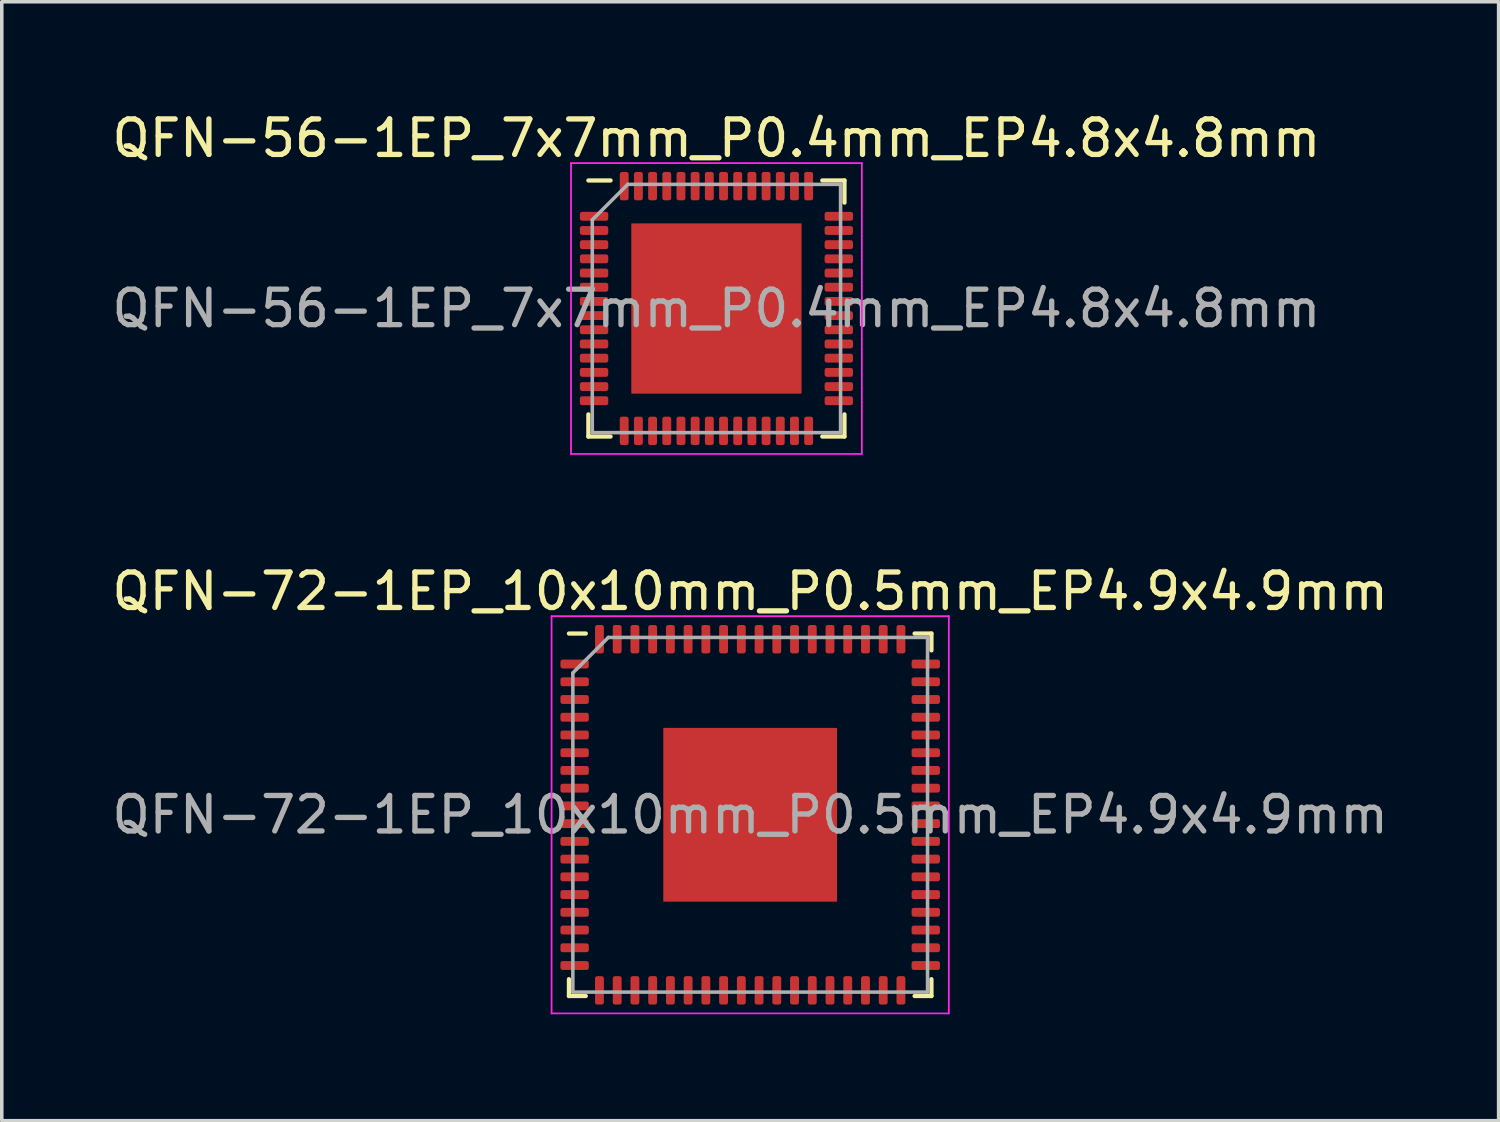
<source format=kicad_pcb>
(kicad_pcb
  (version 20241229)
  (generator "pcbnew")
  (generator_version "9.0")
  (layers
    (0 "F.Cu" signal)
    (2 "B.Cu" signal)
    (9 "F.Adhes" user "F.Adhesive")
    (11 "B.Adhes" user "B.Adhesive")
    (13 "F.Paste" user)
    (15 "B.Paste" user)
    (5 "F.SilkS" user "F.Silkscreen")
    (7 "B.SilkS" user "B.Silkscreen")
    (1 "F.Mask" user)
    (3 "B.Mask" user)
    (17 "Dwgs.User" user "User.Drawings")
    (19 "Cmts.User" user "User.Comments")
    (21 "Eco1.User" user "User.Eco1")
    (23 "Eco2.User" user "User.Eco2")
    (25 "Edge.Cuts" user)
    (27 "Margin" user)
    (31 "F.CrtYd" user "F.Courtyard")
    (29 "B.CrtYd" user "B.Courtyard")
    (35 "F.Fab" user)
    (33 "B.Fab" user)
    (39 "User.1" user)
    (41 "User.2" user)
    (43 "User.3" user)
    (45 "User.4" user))
  (footprint "QFN-56-1EP_7x7mm_P0.4mm_EP4.8x4.8mm"
    (layer "F.Cu")
    (at 17.149 5.648)
    (property "Reference" "QFN-56-1EP_7x7mm_P0.4mm_EP4.8x4.8mm" (at 0 -4.8 0) (layer "F.SilkS") (effects (font (size 1 1) (thickness 0.15))))
    (attr smd)
    (fp_line (start -3.61 3.61) (end -3.61 2.985) (stroke (width 0.12) (type solid)) (layer "F.SilkS"))
    (fp_line (start -2.985 -3.61) (end -3.61 -3.61) (stroke (width 0.12) (type solid)) (layer "F.SilkS"))
    (fp_line (start -2.985 3.61) (end -3.61 3.61) (stroke (width 0.12) (type solid)) (layer "F.SilkS"))
    (fp_line (start 2.985 -3.61) (end 3.61 -3.61) (stroke (width 0.12) (type solid)) (layer "F.SilkS"))
    (fp_line (start 2.985 3.61) (end 3.61 3.61) (stroke (width 0.12) (type solid)) (layer "F.SilkS"))
    (fp_line (start 3.61 -3.61) (end 3.61 -2.985) (stroke (width 0.12) (type solid)) (layer "F.SilkS"))
    (fp_line (start 3.61 3.61) (end 3.61 2.985) (stroke (width 0.12) (type solid)) (layer "F.SilkS"))
    (fp_line (start -4.1 -4.1) (end -4.1 4.1) (stroke (width 0.05) (type solid)) (layer "F.CrtYd"))
    (fp_line (start -4.1 4.1) (end 4.1 4.1) (stroke (width 0.05) (type solid)) (layer "F.CrtYd"))
    (fp_line (start 4.1 -4.1) (end -4.1 -4.1) (stroke (width 0.05) (type solid)) (layer "F.CrtYd"))
    (fp_line (start 4.1 4.1) (end 4.1 -4.1) (stroke (width 0.05) (type solid)) (layer "F.CrtYd"))
    (fp_line (start -3.5 -2.5) (end -2.5 -3.5) (stroke (width 0.1) (type solid)) (layer "F.Fab"))
    (fp_line (start -3.5 3.5) (end -3.5 -2.5) (stroke (width 0.1) (type solid)) (layer "F.Fab"))
    (fp_line (start -2.5 -3.5) (end 3.5 -3.5) (stroke (width 0.1) (type solid)) (layer "F.Fab"))
    (fp_line (start 3.5 -3.5) (end 3.5 3.5) (stroke (width 0.1) (type solid)) (layer "F.Fab"))
    (fp_line (start 3.5 3.5) (end -3.5 3.5) (stroke (width 0.1) (type solid)) (layer "F.Fab"))
    (fp_text user "${REFERENCE}" (at 0 0 0) (layer "F.Fab") (effects (font (size 1 1) (thickness 0.15))))
    (pad "" smd roundrect (at -1.2 -1.2) (size 1.93 1.93) (layers "F.Paste") (roundrect_rratio 0.13))
    (pad "" smd roundrect (at -1.2 1.2) (size 1.93 1.93) (layers "F.Paste") (roundrect_rratio 0.13))
    (pad "" smd roundrect (at 1.2 -1.2) (size 1.93 1.93) (layers "F.Paste") (roundrect_rratio 0.13))
    (pad "" smd roundrect (at 1.2 1.2) (size 1.93 1.93) (layers "F.Paste") (roundrect_rratio 0.13))
    (pad "1" smd roundrect (at -3.45 -2.6) (size 0.8 0.25) (layers "F.Cu" "F.Mask" "F.Paste") (roundrect_rratio 0.25))
    (pad "2" smd roundrect (at -3.45 -2.2) (size 0.8 0.25) (layers "F.Cu" "F.Mask" "F.Paste") (roundrect_rratio 0.25))
    (pad "3" smd roundrect (at -3.45 -1.8) (size 0.8 0.25) (layers "F.Cu" "F.Mask" "F.Paste") (roundrect_rratio 0.25))
    (pad "4" smd roundrect (at -3.45 -1.4) (size 0.8 0.25) (layers "F.Cu" "F.Mask" "F.Paste") (roundrect_rratio 0.25))
    (pad "5" smd roundrect (at -3.45 -1) (size 0.8 0.25) (layers "F.Cu" "F.Mask" "F.Paste") (roundrect_rratio 0.25))
    (pad "6" smd roundrect (at -3.45 -0.6) (size 0.8 0.25) (layers "F.Cu" "F.Mask" "F.Paste") (roundrect_rratio 0.25))
    (pad "7" smd roundrect (at -3.45 -0.2) (size 0.8 0.25) (layers "F.Cu" "F.Mask" "F.Paste") (roundrect_rratio 0.25))
    (pad "8" smd roundrect (at -3.45 0.2) (size 0.8 0.25) (layers "F.Cu" "F.Mask" "F.Paste") (roundrect_rratio 0.25))
    (pad "9" smd roundrect (at -3.45 0.6) (size 0.8 0.25) (layers "F.Cu" "F.Mask" "F.Paste") (roundrect_rratio 0.25))
    (pad "10" smd roundrect (at -3.45 1) (size 0.8 0.25) (layers "F.Cu" "F.Mask" "F.Paste") (roundrect_rratio 0.25))
    (pad "11" smd roundrect (at -3.45 1.4) (size 0.8 0.25) (layers "F.Cu" "F.Mask" "F.Paste") (roundrect_rratio 0.25))
    (pad "12" smd roundrect (at -3.45 1.8) (size 0.8 0.25) (layers "F.Cu" "F.Mask" "F.Paste") (roundrect_rratio 0.25))
    (pad "13" smd roundrect (at -3.45 2.2) (size 0.8 0.25) (layers "F.Cu" "F.Mask" "F.Paste") (roundrect_rratio 0.25))
    (pad "14" smd roundrect (at -3.45 2.6) (size 0.8 0.25) (layers "F.Cu" "F.Mask" "F.Paste") (roundrect_rratio 0.25))
    (pad "15" smd roundrect (at -2.6 3.45) (size 0.25 0.8) (layers "F.Cu" "F.Mask" "F.Paste") (roundrect_rratio 0.25))
    (pad "16" smd roundrect (at -2.2 3.45) (size 0.25 0.8) (layers "F.Cu" "F.Mask" "F.Paste") (roundrect_rratio 0.25))
    (pad "17" smd roundrect (at -1.8 3.45) (size 0.25 0.8) (layers "F.Cu" "F.Mask" "F.Paste") (roundrect_rratio 0.25))
    (pad "18" smd roundrect (at -1.4 3.45) (size 0.25 0.8) (layers "F.Cu" "F.Mask" "F.Paste") (roundrect_rratio 0.25))
    (pad "19" smd roundrect (at -1 3.45) (size 0.25 0.8) (layers "F.Cu" "F.Mask" "F.Paste") (roundrect_rratio 0.25))
    (pad "20" smd roundrect (at -0.6 3.45) (size 0.25 0.8) (layers "F.Cu" "F.Mask" "F.Paste") (roundrect_rratio 0.25))
    (pad "21" smd roundrect (at -0.2 3.45) (size 0.25 0.8) (layers "F.Cu" "F.Mask" "F.Paste") (roundrect_rratio 0.25))
    (pad "22" smd roundrect (at 0.2 3.45) (size 0.25 0.8) (layers "F.Cu" "F.Mask" "F.Paste") (roundrect_rratio 0.25))
    (pad "23" smd roundrect (at 0.6 3.45) (size 0.25 0.8) (layers "F.Cu" "F.Mask" "F.Paste") (roundrect_rratio 0.25))
    (pad "24" smd roundrect (at 1 3.45) (size 0.25 0.8) (layers "F.Cu" "F.Mask" "F.Paste") (roundrect_rratio 0.25))
    (pad "25" smd roundrect (at 1.4 3.45) (size 0.25 0.8) (layers "F.Cu" "F.Mask" "F.Paste") (roundrect_rratio 0.25))
    (pad "26" smd roundrect (at 1.8 3.45) (size 0.25 0.8) (layers "F.Cu" "F.Mask" "F.Paste") (roundrect_rratio 0.25))
    (pad "27" smd roundrect (at 2.2 3.45) (size 0.25 0.8) (layers "F.Cu" "F.Mask" "F.Paste") (roundrect_rratio 0.25))
    (pad "28" smd roundrect (at 2.6 3.45) (size 0.25 0.8) (layers "F.Cu" "F.Mask" "F.Paste") (roundrect_rratio 0.25))
    (pad "29" smd roundrect (at 3.45 2.6) (size 0.8 0.25) (layers "F.Cu" "F.Mask" "F.Paste") (roundrect_rratio 0.25))
    (pad "30" smd roundrect (at 3.45 2.2) (size 0.8 0.25) (layers "F.Cu" "F.Mask" "F.Paste") (roundrect_rratio 0.25))
    (pad "31" smd roundrect (at 3.45 1.8) (size 0.8 0.25) (layers "F.Cu" "F.Mask" "F.Paste") (roundrect_rratio 0.25))
    (pad "32" smd roundrect (at 3.45 1.4) (size 0.8 0.25) (layers "F.Cu" "F.Mask" "F.Paste") (roundrect_rratio 0.25))
    (pad "33" smd roundrect (at 3.45 1) (size 0.8 0.25) (layers "F.Cu" "F.Mask" "F.Paste") (roundrect_rratio 0.25))
    (pad "34" smd roundrect (at 3.45 0.6) (size 0.8 0.25) (layers "F.Cu" "F.Mask" "F.Paste") (roundrect_rratio 0.25))
    (pad "35" smd roundrect (at 3.45 0.2) (size 0.8 0.25) (layers "F.Cu" "F.Mask" "F.Paste") (roundrect_rratio 0.25))
    (pad "36" smd roundrect (at 3.45 -0.2) (size 0.8 0.25) (layers "F.Cu" "F.Mask" "F.Paste") (roundrect_rratio 0.25))
    (pad "37" smd roundrect (at 3.45 -0.6) (size 0.8 0.25) (layers "F.Cu" "F.Mask" "F.Paste") (roundrect_rratio 0.25))
    (pad "38" smd roundrect (at 3.45 -1) (size 0.8 0.25) (layers "F.Cu" "F.Mask" "F.Paste") (roundrect_rratio 0.25))
    (pad "39" smd roundrect (at 3.45 -1.4) (size 0.8 0.25) (layers "F.Cu" "F.Mask" "F.Paste") (roundrect_rratio 0.25))
    (pad "40" smd roundrect (at 3.45 -1.8) (size 0.8 0.25) (layers "F.Cu" "F.Mask" "F.Paste") (roundrect_rratio 0.25))
    (pad "41" smd roundrect (at 3.45 -2.2) (size 0.8 0.25) (layers "F.Cu" "F.Mask" "F.Paste") (roundrect_rratio 0.25))
    (pad "42" smd roundrect (at 3.45 -2.6) (size 0.8 0.25) (layers "F.Cu" "F.Mask" "F.Paste") (roundrect_rratio 0.25))
    (pad "43" smd roundrect (at 2.6 -3.45) (size 0.25 0.8) (layers "F.Cu" "F.Mask" "F.Paste") (roundrect_rratio 0.25))
    (pad "44" smd roundrect (at 2.2 -3.45) (size 0.25 0.8) (layers "F.Cu" "F.Mask" "F.Paste") (roundrect_rratio 0.25))
    (pad "45" smd roundrect (at 1.8 -3.45) (size 0.25 0.8) (layers "F.Cu" "F.Mask" "F.Paste") (roundrect_rratio 0.25))
    (pad "46" smd roundrect (at 1.4 -3.45) (size 0.25 0.8) (layers "F.Cu" "F.Mask" "F.Paste") (roundrect_rratio 0.25))
    (pad "47" smd roundrect (at 1 -3.45) (size 0.25 0.8) (layers "F.Cu" "F.Mask" "F.Paste") (roundrect_rratio 0.25))
    (pad "48" smd roundrect (at 0.6 -3.45) (size 0.25 0.8) (layers "F.Cu" "F.Mask" "F.Paste") (roundrect_rratio 0.25))
    (pad "49" smd roundrect (at 0.2 -3.45) (size 0.25 0.8) (layers "F.Cu" "F.Mask" "F.Paste") (roundrect_rratio 0.25))
    (pad "50" smd roundrect (at -0.2 -3.45) (size 0.25 0.8) (layers "F.Cu" "F.Mask" "F.Paste") (roundrect_rratio 0.25))
    (pad "51" smd roundrect (at -0.6 -3.45) (size 0.25 0.8) (layers "F.Cu" "F.Mask" "F.Paste") (roundrect_rratio 0.25))
    (pad "52" smd roundrect (at -1 -3.45) (size 0.25 0.8) (layers "F.Cu" "F.Mask" "F.Paste") (roundrect_rratio 0.25))
    (pad "53" smd roundrect (at -1.4 -3.45) (size 0.25 0.8) (layers "F.Cu" "F.Mask" "F.Paste") (roundrect_rratio 0.25))
    (pad "54" smd roundrect (at -1.8 -3.45) (size 0.25 0.8) (layers "F.Cu" "F.Mask" "F.Paste") (roundrect_rratio 0.25))
    (pad "55" smd roundrect (at -2.2 -3.45) (size 0.25 0.8) (layers "F.Cu" "F.Mask" "F.Paste") (roundrect_rratio 0.25))
    (pad "56" smd roundrect (at -2.6 -3.45) (size 0.25 0.8) (layers "F.Cu" "F.Mask" "F.Paste") (roundrect_rratio 0.25))
    (pad "57" smd rect (at 0 0) (size 4.8 4.8) (layers "F.Cu" "F.Mask")))
  (footprint "QFN-72-1EP_10x10mm_P0.5mm_EP4.9x4.9mm"
    (layer "F.Cu")
    (at 18.101 19.922)
    (property "Reference" "QFN-72-1EP_10x10mm_P0.5mm_EP4.9x4.9mm" (at 0 -6.3 0) (layer "F.SilkS") (effects (font (size 1 1) (thickness 0.15))))
    (attr smd)
    (fp_line (start -5.11 5.11) (end -5.11 4.635) (stroke (width 0.12) (type solid)) (layer "F.SilkS"))
    (fp_line (start -4.635 -5.11) (end -5.11 -5.11) (stroke (width 0.12) (type solid)) (layer "F.SilkS"))
    (fp_line (start -4.635 5.11) (end -5.11 5.11) (stroke (width 0.12) (type solid)) (layer "F.SilkS"))
    (fp_line (start 4.635 -5.11) (end 5.11 -5.11) (stroke (width 0.12) (type solid)) (layer "F.SilkS"))
    (fp_line (start 4.635 5.11) (end 5.11 5.11) (stroke (width 0.12) (type solid)) (layer "F.SilkS"))
    (fp_line (start 5.11 -5.11) (end 5.11 -4.635) (stroke (width 0.12) (type solid)) (layer "F.SilkS"))
    (fp_line (start 5.11 5.11) (end 5.11 4.635) (stroke (width 0.12) (type solid)) (layer "F.SilkS"))
    (fp_line (start -5.6 -5.6) (end -5.6 5.6) (stroke (width 0.05) (type solid)) (layer "F.CrtYd"))
    (fp_line (start -5.6 5.6) (end 5.6 5.6) (stroke (width 0.05) (type solid)) (layer "F.CrtYd"))
    (fp_line (start 5.6 -5.6) (end -5.6 -5.6) (stroke (width 0.05) (type solid)) (layer "F.CrtYd"))
    (fp_line (start 5.6 5.6) (end 5.6 -5.6) (stroke (width 0.05) (type solid)) (layer "F.CrtYd"))
    (fp_line (start -5 -4) (end -4 -5) (stroke (width 0.1) (type solid)) (layer "F.Fab"))
    (fp_line (start -5 5) (end -5 -4) (stroke (width 0.1) (type solid)) (layer "F.Fab"))
    (fp_line (start -4 -5) (end 5 -5) (stroke (width 0.1) (type solid)) (layer "F.Fab"))
    (fp_line (start 5 -5) (end 5 5) (stroke (width 0.1) (type solid)) (layer "F.Fab"))
    (fp_line (start 5 5) (end -5 5) (stroke (width 0.1) (type solid)) (layer "F.Fab"))
    (fp_text user "${REFERENCE}" (at 0 0 0) (layer "F.Fab") (effects (font (size 1 1) (thickness 0.15))))
    (pad "" smd roundrect (at -1.225 -1.225) (size 1.98 1.98) (layers "F.Paste") (roundrect_rratio 0.126))
    (pad "" smd roundrect (at -1.225 1.225) (size 1.98 1.98) (layers "F.Paste") (roundrect_rratio 0.126))
    (pad "" smd roundrect (at 1.225 -1.225) (size 1.98 1.98) (layers "F.Paste") (roundrect_rratio 0.126))
    (pad "" smd roundrect (at 1.225 1.225) (size 1.98 1.98) (layers "F.Paste") (roundrect_rratio 0.126))
    (pad "1" smd roundrect (at -4.95 -4.25) (size 0.8 0.25) (layers "F.Cu" "F.Mask" "F.Paste") (roundrect_rratio 0.25))
    (pad "2" smd roundrect (at -4.95 -3.75) (size 0.8 0.25) (layers "F.Cu" "F.Mask" "F.Paste") (roundrect_rratio 0.25))
    (pad "3" smd roundrect (at -4.95 -3.25) (size 0.8 0.25) (layers "F.Cu" "F.Mask" "F.Paste") (roundrect_rratio 0.25))
    (pad "4" smd roundrect (at -4.95 -2.75) (size 0.8 0.25) (layers "F.Cu" "F.Mask" "F.Paste") (roundrect_rratio 0.25))
    (pad "5" smd roundrect (at -4.95 -2.25) (size 0.8 0.25) (layers "F.Cu" "F.Mask" "F.Paste") (roundrect_rratio 0.25))
    (pad "6" smd roundrect (at -4.95 -1.75) (size 0.8 0.25) (layers "F.Cu" "F.Mask" "F.Paste") (roundrect_rratio 0.25))
    (pad "7" smd roundrect (at -4.95 -1.25) (size 0.8 0.25) (layers "F.Cu" "F.Mask" "F.Paste") (roundrect_rratio 0.25))
    (pad "8" smd roundrect (at -4.95 -0.75) (size 0.8 0.25) (layers "F.Cu" "F.Mask" "F.Paste") (roundrect_rratio 0.25))
    (pad "9" smd roundrect (at -4.95 -0.25) (size 0.8 0.25) (layers "F.Cu" "F.Mask" "F.Paste") (roundrect_rratio 0.25))
    (pad "10" smd roundrect (at -4.95 0.25) (size 0.8 0.25) (layers "F.Cu" "F.Mask" "F.Paste") (roundrect_rratio 0.25))
    (pad "11" smd roundrect (at -4.95 0.75) (size 0.8 0.25) (layers "F.Cu" "F.Mask" "F.Paste") (roundrect_rratio 0.25))
    (pad "12" smd roundrect (at -4.95 1.25) (size 0.8 0.25) (layers "F.Cu" "F.Mask" "F.Paste") (roundrect_rratio 0.25))
    (pad "13" smd roundrect (at -4.95 1.75) (size 0.8 0.25) (layers "F.Cu" "F.Mask" "F.Paste") (roundrect_rratio 0.25))
    (pad "14" smd roundrect (at -4.95 2.25) (size 0.8 0.25) (layers "F.Cu" "F.Mask" "F.Paste") (roundrect_rratio 0.25))
    (pad "15" smd roundrect (at -4.95 2.75) (size 0.8 0.25) (layers "F.Cu" "F.Mask" "F.Paste") (roundrect_rratio 0.25))
    (pad "16" smd roundrect (at -4.95 3.25) (size 0.8 0.25) (layers "F.Cu" "F.Mask" "F.Paste") (roundrect_rratio 0.25))
    (pad "17" smd roundrect (at -4.95 3.75) (size 0.8 0.25) (layers "F.Cu" "F.Mask" "F.Paste") (roundrect_rratio 0.25))
    (pad "18" smd roundrect (at -4.95 4.25) (size 0.8 0.25) (layers "F.Cu" "F.Mask" "F.Paste") (roundrect_rratio 0.25))
    (pad "19" smd roundrect (at -4.25 4.95) (size 0.25 0.8) (layers "F.Cu" "F.Mask" "F.Paste") (roundrect_rratio 0.25))
    (pad "20" smd roundrect (at -3.75 4.95) (size 0.25 0.8) (layers "F.Cu" "F.Mask" "F.Paste") (roundrect_rratio 0.25))
    (pad "21" smd roundrect (at -3.25 4.95) (size 0.25 0.8) (layers "F.Cu" "F.Mask" "F.Paste") (roundrect_rratio 0.25))
    (pad "22" smd roundrect (at -2.75 4.95) (size 0.25 0.8) (layers "F.Cu" "F.Mask" "F.Paste") (roundrect_rratio 0.25))
    (pad "23" smd roundrect (at -2.25 4.95) (size 0.25 0.8) (layers "F.Cu" "F.Mask" "F.Paste") (roundrect_rratio 0.25))
    (pad "24" smd roundrect (at -1.75 4.95) (size 0.25 0.8) (layers "F.Cu" "F.Mask" "F.Paste") (roundrect_rratio 0.25))
    (pad "25" smd roundrect (at -1.25 4.95) (size 0.25 0.8) (layers "F.Cu" "F.Mask" "F.Paste") (roundrect_rratio 0.25))
    (pad "26" smd roundrect (at -0.75 4.95) (size 0.25 0.8) (layers "F.Cu" "F.Mask" "F.Paste") (roundrect_rratio 0.25))
    (pad "27" smd roundrect (at -0.25 4.95) (size 0.25 0.8) (layers "F.Cu" "F.Mask" "F.Paste") (roundrect_rratio 0.25))
    (pad "28" smd roundrect (at 0.25 4.95) (size 0.25 0.8) (layers "F.Cu" "F.Mask" "F.Paste") (roundrect_rratio 0.25))
    (pad "29" smd roundrect (at 0.75 4.95) (size 0.25 0.8) (layers "F.Cu" "F.Mask" "F.Paste") (roundrect_rratio 0.25))
    (pad "30" smd roundrect (at 1.25 4.95) (size 0.25 0.8) (layers "F.Cu" "F.Mask" "F.Paste") (roundrect_rratio 0.25))
    (pad "31" smd roundrect (at 1.75 4.95) (size 0.25 0.8) (layers "F.Cu" "F.Mask" "F.Paste") (roundrect_rratio 0.25))
    (pad "32" smd roundrect (at 2.25 4.95) (size 0.25 0.8) (layers "F.Cu" "F.Mask" "F.Paste") (roundrect_rratio 0.25))
    (pad "33" smd roundrect (at 2.75 4.95) (size 0.25 0.8) (layers "F.Cu" "F.Mask" "F.Paste") (roundrect_rratio 0.25))
    (pad "34" smd roundrect (at 3.25 4.95) (size 0.25 0.8) (layers "F.Cu" "F.Mask" "F.Paste") (roundrect_rratio 0.25))
    (pad "35" smd roundrect (at 3.75 4.95) (size 0.25 0.8) (layers "F.Cu" "F.Mask" "F.Paste") (roundrect_rratio 0.25))
    (pad "36" smd roundrect (at 4.25 4.95) (size 0.25 0.8) (layers "F.Cu" "F.Mask" "F.Paste") (roundrect_rratio 0.25))
    (pad "37" smd roundrect (at 4.95 4.25) (size 0.8 0.25) (layers "F.Cu" "F.Mask" "F.Paste") (roundrect_rratio 0.25))
    (pad "38" smd roundrect (at 4.95 3.75) (size 0.8 0.25) (layers "F.Cu" "F.Mask" "F.Paste") (roundrect_rratio 0.25))
    (pad "39" smd roundrect (at 4.95 3.25) (size 0.8 0.25) (layers "F.Cu" "F.Mask" "F.Paste") (roundrect_rratio 0.25))
    (pad "40" smd roundrect (at 4.95 2.75) (size 0.8 0.25) (layers "F.Cu" "F.Mask" "F.Paste") (roundrect_rratio 0.25))
    (pad "41" smd roundrect (at 4.95 2.25) (size 0.8 0.25) (layers "F.Cu" "F.Mask" "F.Paste") (roundrect_rratio 0.25))
    (pad "42" smd roundrect (at 4.95 1.75) (size 0.8 0.25) (layers "F.Cu" "F.Mask" "F.Paste") (roundrect_rratio 0.25))
    (pad "43" smd roundrect (at 4.95 1.25) (size 0.8 0.25) (layers "F.Cu" "F.Mask" "F.Paste") (roundrect_rratio 0.25))
    (pad "44" smd roundrect (at 4.95 0.75) (size 0.8 0.25) (layers "F.Cu" "F.Mask" "F.Paste") (roundrect_rratio 0.25))
    (pad "45" smd roundrect (at 4.95 0.25) (size 0.8 0.25) (layers "F.Cu" "F.Mask" "F.Paste") (roundrect_rratio 0.25))
    (pad "46" smd roundrect (at 4.95 -0.25) (size 0.8 0.25) (layers "F.Cu" "F.Mask" "F.Paste") (roundrect_rratio 0.25))
    (pad "47" smd roundrect (at 4.95 -0.75) (size 0.8 0.25) (layers "F.Cu" "F.Mask" "F.Paste") (roundrect_rratio 0.25))
    (pad "48" smd roundrect (at 4.95 -1.25) (size 0.8 0.25) (layers "F.Cu" "F.Mask" "F.Paste") (roundrect_rratio 0.25))
    (pad "49" smd roundrect (at 4.95 -1.75) (size 0.8 0.25) (layers "F.Cu" "F.Mask" "F.Paste") (roundrect_rratio 0.25))
    (pad "50" smd roundrect (at 4.95 -2.25) (size 0.8 0.25) (layers "F.Cu" "F.Mask" "F.Paste") (roundrect_rratio 0.25))
    (pad "51" smd roundrect (at 4.95 -2.75) (size 0.8 0.25) (layers "F.Cu" "F.Mask" "F.Paste") (roundrect_rratio 0.25))
    (pad "52" smd roundrect (at 4.95 -3.25) (size 0.8 0.25) (layers "F.Cu" "F.Mask" "F.Paste") (roundrect_rratio 0.25))
    (pad "53" smd roundrect (at 4.95 -3.75) (size 0.8 0.25) (layers "F.Cu" "F.Mask" "F.Paste") (roundrect_rratio 0.25))
    (pad "54" smd roundrect (at 4.95 -4.25) (size 0.8 0.25) (layers "F.Cu" "F.Mask" "F.Paste") (roundrect_rratio 0.25))
    (pad "55" smd roundrect (at 4.25 -4.95) (size 0.25 0.8) (layers "F.Cu" "F.Mask" "F.Paste") (roundrect_rratio 0.25))
    (pad "56" smd roundrect (at 3.75 -4.95) (size 0.25 0.8) (layers "F.Cu" "F.Mask" "F.Paste") (roundrect_rratio 0.25))
    (pad "57" smd roundrect (at 3.25 -4.95) (size 0.25 0.8) (layers "F.Cu" "F.Mask" "F.Paste") (roundrect_rratio 0.25))
    (pad "58" smd roundrect (at 2.75 -4.95) (size 0.25 0.8) (layers "F.Cu" "F.Mask" "F.Paste") (roundrect_rratio 0.25))
    (pad "59" smd roundrect (at 2.25 -4.95) (size 0.25 0.8) (layers "F.Cu" "F.Mask" "F.Paste") (roundrect_rratio 0.25))
    (pad "60" smd roundrect (at 1.75 -4.95) (size 0.25 0.8) (layers "F.Cu" "F.Mask" "F.Paste") (roundrect_rratio 0.25))
    (pad "61" smd roundrect (at 1.25 -4.95) (size 0.25 0.8) (layers "F.Cu" "F.Mask" "F.Paste") (roundrect_rratio 0.25))
    (pad "62" smd roundrect (at 0.75 -4.95) (size 0.25 0.8) (layers "F.Cu" "F.Mask" "F.Paste") (roundrect_rratio 0.25))
    (pad "63" smd roundrect (at 0.25 -4.95) (size 0.25 0.8) (layers "F.Cu" "F.Mask" "F.Paste") (roundrect_rratio 0.25))
    (pad "64" smd roundrect (at -0.25 -4.95) (size 0.25 0.8) (layers "F.Cu" "F.Mask" "F.Paste") (roundrect_rratio 0.25))
    (pad "65" smd roundrect (at -0.75 -4.95) (size 0.25 0.8) (layers "F.Cu" "F.Mask" "F.Paste") (roundrect_rratio 0.25))
    (pad "66" smd roundrect (at -1.25 -4.95) (size 0.25 0.8) (layers "F.Cu" "F.Mask" "F.Paste") (roundrect_rratio 0.25))
    (pad "67" smd roundrect (at -1.75 -4.95) (size 0.25 0.8) (layers "F.Cu" "F.Mask" "F.Paste") (roundrect_rratio 0.25))
    (pad "68" smd roundrect (at -2.25 -4.95) (size 0.25 0.8) (layers "F.Cu" "F.Mask" "F.Paste") (roundrect_rratio 0.25))
    (pad "69" smd roundrect (at -2.75 -4.95) (size 0.25 0.8) (layers "F.Cu" "F.Mask" "F.Paste") (roundrect_rratio 0.25))
    (pad "70" smd roundrect (at -3.25 -4.95) (size 0.25 0.8) (layers "F.Cu" "F.Mask" "F.Paste") (roundrect_rratio 0.25))
    (pad "71" smd roundrect (at -3.75 -4.95) (size 0.25 0.8) (layers "F.Cu" "F.Mask" "F.Paste") (roundrect_rratio 0.25))
    (pad "72" smd roundrect (at -4.25 -4.95) (size 0.25 0.8) (layers "F.Cu" "F.Mask" "F.Paste") (roundrect_rratio 0.25))
    (pad "73" smd rect (at 0 0) (size 4.9 4.9) (layers "F.Cu" "F.Mask")))
  (gr_rect
    (start -3 -3)
    (end 39.202 28.547)
    (stroke (width 0.1) (type default))
    (fill no)
    (layer "Edge.Cuts")))
</source>
